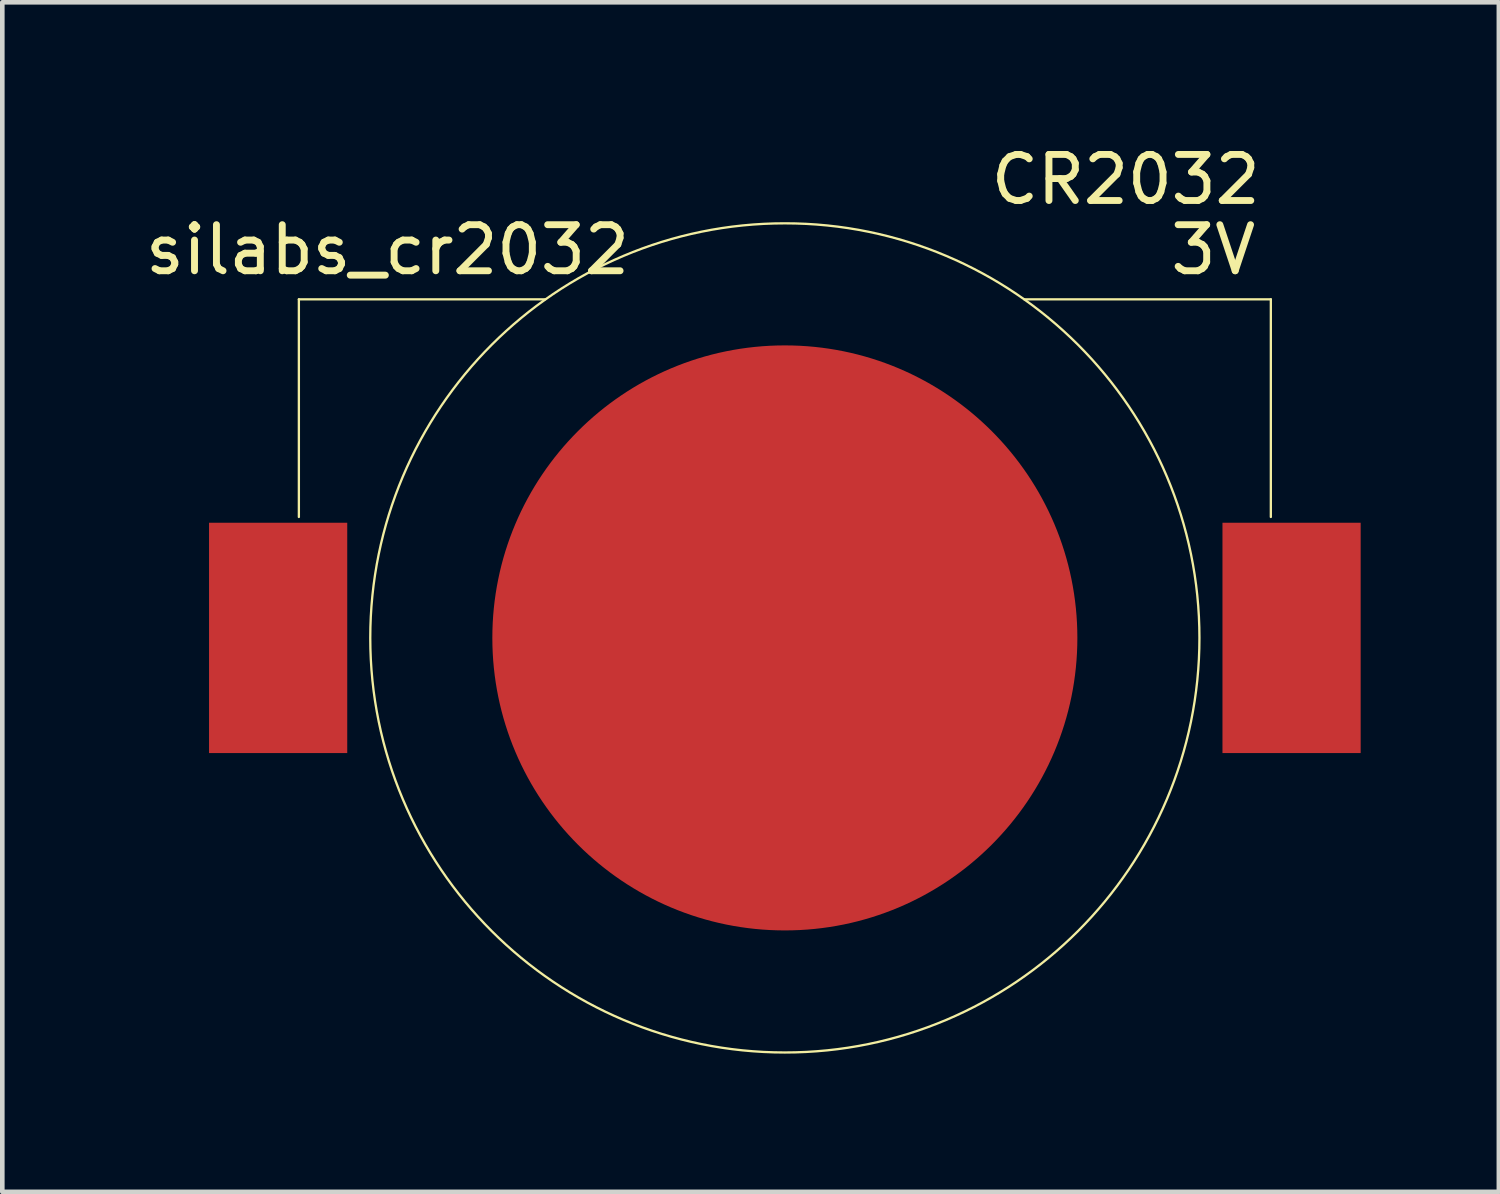
<source format=kicad_pcb>
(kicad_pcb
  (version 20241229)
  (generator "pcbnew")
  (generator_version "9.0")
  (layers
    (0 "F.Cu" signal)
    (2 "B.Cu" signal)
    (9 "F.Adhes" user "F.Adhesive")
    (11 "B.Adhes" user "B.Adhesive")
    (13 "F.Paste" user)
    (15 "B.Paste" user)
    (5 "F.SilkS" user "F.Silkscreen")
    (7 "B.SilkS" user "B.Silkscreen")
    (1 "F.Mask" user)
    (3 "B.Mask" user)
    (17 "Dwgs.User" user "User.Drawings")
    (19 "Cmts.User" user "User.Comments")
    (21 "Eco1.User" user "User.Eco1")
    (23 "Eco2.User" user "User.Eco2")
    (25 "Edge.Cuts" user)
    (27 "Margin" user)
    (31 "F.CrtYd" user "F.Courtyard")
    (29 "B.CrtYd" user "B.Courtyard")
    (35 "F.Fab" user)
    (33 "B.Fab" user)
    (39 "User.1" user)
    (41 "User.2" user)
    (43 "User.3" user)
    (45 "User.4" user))
  (footprint "silabs_cr2032"
    (layer "F.Cu")
    (at 13.988 10.798)
    (property "Reference" "silabs_cr2032" (at -8.625 -8.425 0) (layer "F.SilkS") (effects (font (size 1 1) (thickness 0.15))))
    (attr through_hole)
    (fp_line (start -10.55 -7.35) (end -5.2 -7.35) (stroke (width 0.05) (type solid)) (layer "F.SilkS"))
    (fp_line (start -10.55 -2.625) (end -10.55 -7.35) (stroke (width 0.05) (type solid)) (layer "F.SilkS"))
    (fp_line (start 10.55 -7.35) (end 5.2 -7.35) (stroke (width 0.05) (type solid)) (layer "F.SilkS"))
    (fp_line (start 10.55 -2.625) (end 10.55 -7.35) (stroke (width 0.05) (type solid)) (layer "F.SilkS"))
    (fp_circle (center 0 0) (end 9 0) (stroke (width 0.05) (type solid)) (fill no) (layer "F.SilkS"))
    (fp_text user "CR2032" (at 7.4 -9.95 0) (layer "F.SilkS") (effects (font (size 1 1) (thickness 0.15))))
    (fp_text user "3V" (at 9.3 -8.425 0) (layer "F.SilkS") (effects (font (size 1 1) (thickness 0.15))))
    (pad "1" smd rect (at -11 0) (size 3 5) (layers "F.Cu" "F.Mask"))
    (pad "1" smd rect (at 11 0) (size 3 5) (layers "F.Cu" "F.Mask"))
    (pad "2" smd circle (at 0 0) (size 12.7 12.7) (layers "F.Cu" "F.Mask")))
  (gr_rect
    (start -3 -3)
    (end 29.488 22.823)
    (stroke (width 0.1) (type default))
    (fill no)
    (layer "Edge.Cuts")))
</source>
